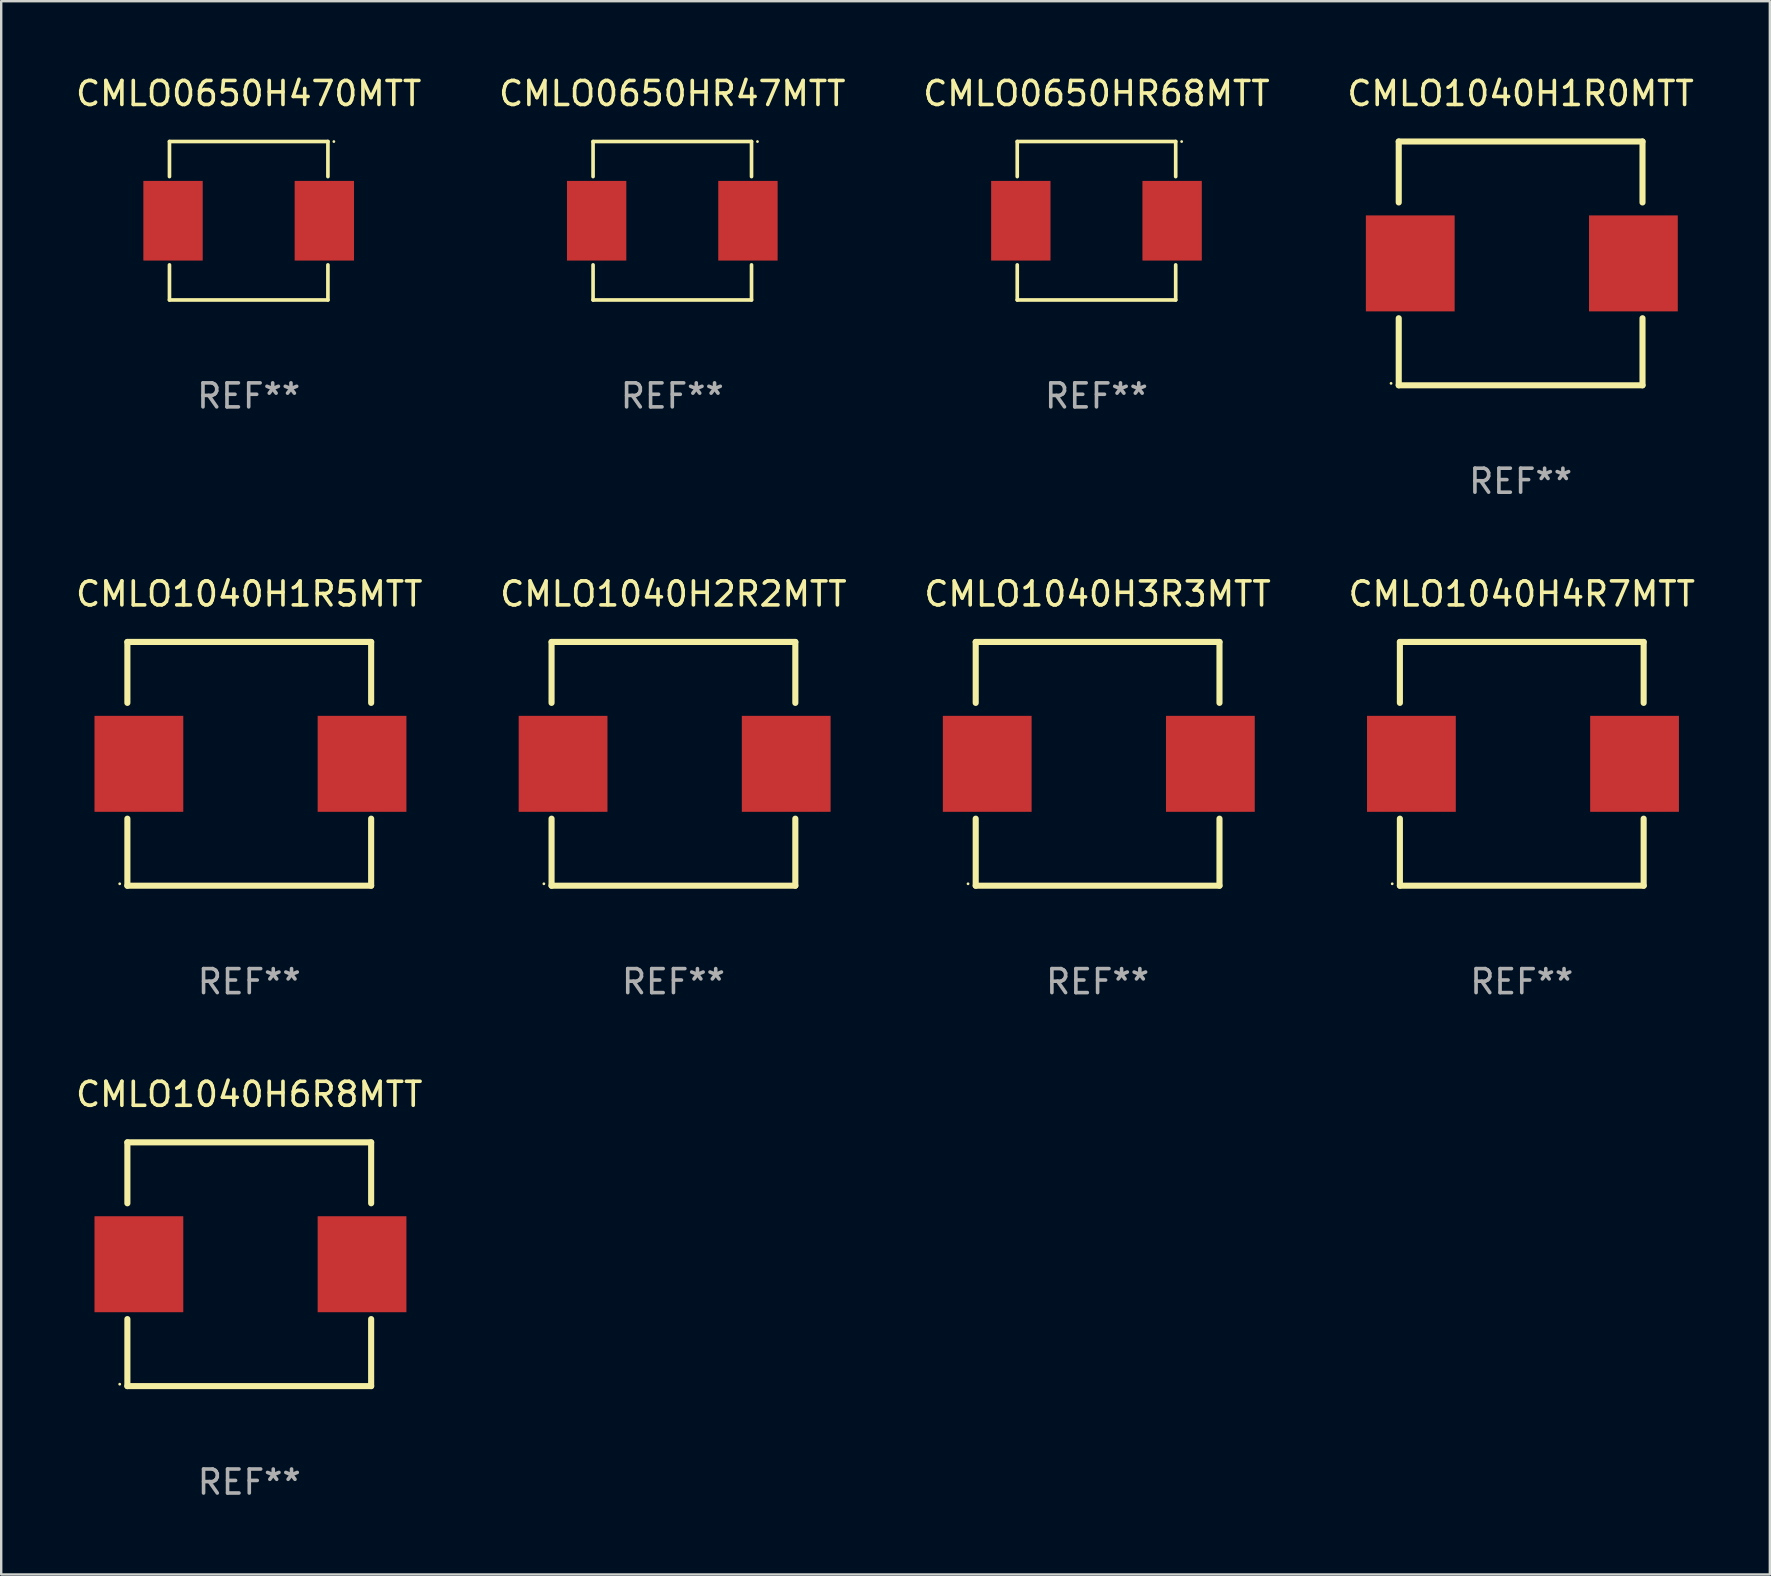
<source format=kicad_pcb>
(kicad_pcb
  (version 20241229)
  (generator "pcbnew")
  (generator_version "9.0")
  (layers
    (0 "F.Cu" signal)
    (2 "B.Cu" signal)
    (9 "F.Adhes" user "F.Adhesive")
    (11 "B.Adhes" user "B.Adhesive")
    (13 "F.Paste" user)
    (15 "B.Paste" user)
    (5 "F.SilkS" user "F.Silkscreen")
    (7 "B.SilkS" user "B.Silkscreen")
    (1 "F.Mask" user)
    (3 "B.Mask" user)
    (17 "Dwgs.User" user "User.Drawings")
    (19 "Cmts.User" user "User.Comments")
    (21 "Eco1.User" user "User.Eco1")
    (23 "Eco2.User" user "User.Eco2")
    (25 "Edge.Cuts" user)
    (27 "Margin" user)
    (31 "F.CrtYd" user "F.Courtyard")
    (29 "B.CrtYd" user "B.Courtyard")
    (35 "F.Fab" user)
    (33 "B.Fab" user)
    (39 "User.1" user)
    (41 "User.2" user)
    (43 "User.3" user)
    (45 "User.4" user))
  (footprint "CMLO1040H4R7MTT"
    (layer "F.Cu")
    (at 60.375 28.785)
    (property "Reference" "CMLO1040H4R7MTT" (at 0 -7.08 0) (layer "F.SilkS") (effects (font (size 1 1) (thickness 0.15))))
    (attr through_hole)
    (fp_line (start -5.08 -5.08) (end -5.08 -2.54) (stroke (width 0.254) (type solid)) (layer "F.SilkS"))
    (fp_line (start -5.08 -5.08) (end 5.08 -5.08) (stroke (width 0.254) (type solid)) (layer "F.SilkS"))
    (fp_line (start -5.08 2.286) (end -5.08 5.08) (stroke (width 0.254) (type solid)) (layer "F.SilkS"))
    (fp_line (start -5.08 5.08) (end 5.08 5.08) (stroke (width 0.254) (type solid)) (layer "F.SilkS"))
    (fp_line (start 5.08 -5.08) (end 5.08 -2.54) (stroke (width 0.254) (type solid)) (layer "F.SilkS"))
    (fp_line (start 5.08 5.08) (end 5.08 2.286) (stroke (width 0.254) (type solid)) (layer "F.SilkS"))
    (fp_circle (center -5.4 5) (end -5.37 5) (stroke (width 0.06) (type solid)) (fill no) (layer "F.SilkS"))
    (fp_text user "REF**" (at 0 9.08 0) (layer "F.Fab") (effects (font (size 1 1) (thickness 0.15))))
    (pad "1" smd rect (at -4.6 0) (size 3.7 4) (layers "F.Cu" "F.Mask" "F.Paste"))
    (pad "2" smd rect (at 4.7 0) (size 3.7 4) (layers "F.Cu" "F.Mask" "F.Paste")))
  (footprint "CMLO1040H1R0MTT"
    (layer "F.Cu")
    (at 60.327 7.928)
    (property "Reference" "CMLO1040H1R0MTT" (at 0 -7.08 0) (layer "F.SilkS") (effects (font (size 1 1) (thickness 0.15))))
    (attr through_hole)
    (fp_line (start -5.08 -5.08) (end -5.08 -2.54) (stroke (width 0.254) (type solid)) (layer "F.SilkS"))
    (fp_line (start -5.08 -5.08) (end 5.08 -5.08) (stroke (width 0.254) (type solid)) (layer "F.SilkS"))
    (fp_line (start -5.08 2.286) (end -5.08 5.08) (stroke (width 0.254) (type solid)) (layer "F.SilkS"))
    (fp_line (start -5.08 5.08) (end 5.08 5.08) (stroke (width 0.254) (type solid)) (layer "F.SilkS"))
    (fp_line (start 5.08 -5.08) (end 5.08 -2.54) (stroke (width 0.254) (type solid)) (layer "F.SilkS"))
    (fp_line (start 5.08 5.08) (end 5.08 2.286) (stroke (width 0.254) (type solid)) (layer "F.SilkS"))
    (fp_circle (center -5.4 5) (end -5.37 5) (stroke (width 0.06) (type solid)) (fill no) (layer "F.SilkS"))
    (fp_text user "REF**" (at 0 9.08 0) (layer "F.Fab") (effects (font (size 1 1) (thickness 0.15))))
    (pad "1" smd rect (at -4.6 0) (size 3.7 4) (layers "F.Cu" "F.Mask" "F.Paste"))
    (pad "2" smd rect (at 4.7 0) (size 3.7 4) (layers "F.Cu" "F.Mask" "F.Paste")))
  (footprint "CMLO0650HR47MTT"
    (layer "F.Cu")
    (at 24.97 6.15)
    (property "Reference" "CMLO0650HR47MTT" (at 0 -5.302 0) (layer "F.SilkS") (effects (font (size 1 1) (thickness 0.15))))
    (attr through_hole)
    (fp_line (start -3.302 -3.302) (end -3.302 -1.84) (stroke (width 0.152) (type solid)) (layer "F.SilkS"))
    (fp_line (start -3.302 1.84) (end -3.302 3.302) (stroke (width 0.152) (type solid)) (layer "F.SilkS"))
    (fp_line (start -3.302 3.302) (end 3.302 3.302) (stroke (width 0.152) (type solid)) (layer "F.SilkS"))
    (fp_line (start 3.302 -3.302) (end -3.302 -3.302) (stroke (width 0.152) (type solid)) (layer "F.SilkS"))
    (fp_line (start 3.302 -1.84) (end 3.302 -3.302) (stroke (width 0.152) (type solid)) (layer "F.SilkS"))
    (fp_line (start 3.302 3.302) (end 3.302 1.84) (stroke (width 0.152) (type solid)) (layer "F.SilkS"))
    (fp_circle (center 3.55 -3.3) (end 3.58 -3.3) (stroke (width 0.06) (type solid)) (fill no) (layer "F.SilkS"))
    (fp_text user "REF**" (at 0 7.302 0) (layer "F.Fab") (effects (font (size 1 1) (thickness 0.15))))
    (pad "1" smd rect (at 3.153 0) (size 2.474 3.32) (layers "F.Cu" "F.Mask" "F.Paste"))
    (pad "2" smd rect (at -3.153 0) (size 2.474 3.32) (layers "F.Cu" "F.Mask" "F.Paste")))
  (footprint "CMLO1040H1R5MTT"
    (layer "F.Cu")
    (at 7.339 28.785)
    (property "Reference" "CMLO1040H1R5MTT" (at 0 -7.08 0) (layer "F.SilkS") (effects (font (size 1 1) (thickness 0.15))))
    (attr through_hole)
    (fp_line (start -5.08 -5.08) (end -5.08 -2.54) (stroke (width 0.254) (type solid)) (layer "F.SilkS"))
    (fp_line (start -5.08 -5.08) (end 5.08 -5.08) (stroke (width 0.254) (type solid)) (layer "F.SilkS"))
    (fp_line (start -5.08 2.286) (end -5.08 5.08) (stroke (width 0.254) (type solid)) (layer "F.SilkS"))
    (fp_line (start -5.08 5.08) (end 5.08 5.08) (stroke (width 0.254) (type solid)) (layer "F.SilkS"))
    (fp_line (start 5.08 -5.08) (end 5.08 -2.54) (stroke (width 0.254) (type solid)) (layer "F.SilkS"))
    (fp_line (start 5.08 5.08) (end 5.08 2.286) (stroke (width 0.254) (type solid)) (layer "F.SilkS"))
    (fp_circle (center -5.4 5) (end -5.37 5) (stroke (width 0.06) (type solid)) (fill no) (layer "F.SilkS"))
    (fp_text user "REF**" (at 0 9.08 0) (layer "F.Fab") (effects (font (size 1 1) (thickness 0.15))))
    (pad "1" smd rect (at -4.6 0) (size 3.7 4) (layers "F.Cu" "F.Mask" "F.Paste"))
    (pad "2" smd rect (at 4.7 0) (size 3.7 4) (layers "F.Cu" "F.Mask" "F.Paste")))
  (footprint "CMLO1040H6R8MTT"
    (layer "F.Cu")
    (at 7.339 49.641)
    (property "Reference" "CMLO1040H6R8MTT" (at 0 -7.08 0) (layer "F.SilkS") (effects (font (size 1 1) (thickness 0.15))))
    (attr through_hole)
    (fp_line (start -5.08 -5.08) (end -5.08 -2.54) (stroke (width 0.254) (type solid)) (layer "F.SilkS"))
    (fp_line (start -5.08 -5.08) (end 5.08 -5.08) (stroke (width 0.254) (type solid)) (layer "F.SilkS"))
    (fp_line (start -5.08 2.286) (end -5.08 5.08) (stroke (width 0.254) (type solid)) (layer "F.SilkS"))
    (fp_line (start -5.08 5.08) (end 5.08 5.08) (stroke (width 0.254) (type solid)) (layer "F.SilkS"))
    (fp_line (start 5.08 -5.08) (end 5.08 -2.54) (stroke (width 0.254) (type solid)) (layer "F.SilkS"))
    (fp_line (start 5.08 5.08) (end 5.08 2.286) (stroke (width 0.254) (type solid)) (layer "F.SilkS"))
    (fp_circle (center -5.4 5) (end -5.37 5) (stroke (width 0.06) (type solid)) (fill no) (layer "F.SilkS"))
    (fp_text user "REF**" (at 0 9.08 0) (layer "F.Fab") (effects (font (size 1 1) (thickness 0.15))))
    (pad "1" smd rect (at -4.6 0) (size 3.7 4) (layers "F.Cu" "F.Mask" "F.Paste"))
    (pad "2" smd rect (at 4.7 0) (size 3.7 4) (layers "F.Cu" "F.Mask" "F.Paste")))
  (footprint "CMLO0650HR68MTT"
    (layer "F.Cu")
    (at 42.649 6.15)
    (property "Reference" "CMLO0650HR68MTT" (at 0 -5.302 0) (layer "F.SilkS") (effects (font (size 1 1) (thickness 0.15))))
    (attr through_hole)
    (fp_line (start -3.302 -3.302) (end -3.302 -1.84) (stroke (width 0.152) (type solid)) (layer "F.SilkS"))
    (fp_line (start -3.302 1.84) (end -3.302 3.302) (stroke (width 0.152) (type solid)) (layer "F.SilkS"))
    (fp_line (start -3.302 3.302) (end 3.302 3.302) (stroke (width 0.152) (type solid)) (layer "F.SilkS"))
    (fp_line (start 3.302 -3.302) (end -3.302 -3.302) (stroke (width 0.152) (type solid)) (layer "F.SilkS"))
    (fp_line (start 3.302 -1.84) (end 3.302 -3.302) (stroke (width 0.152) (type solid)) (layer "F.SilkS"))
    (fp_line (start 3.302 3.302) (end 3.302 1.84) (stroke (width 0.152) (type solid)) (layer "F.SilkS"))
    (fp_circle (center 3.55 -3.3) (end 3.58 -3.3) (stroke (width 0.06) (type solid)) (fill no) (layer "F.SilkS"))
    (fp_text user "REF**" (at 0 7.302 0) (layer "F.Fab") (effects (font (size 1 1) (thickness 0.15))))
    (pad "1" smd rect (at 3.153 0) (size 2.474 3.32) (layers "F.Cu" "F.Mask" "F.Paste"))
    (pad "2" smd rect (at -3.153 0) (size 2.474 3.32) (layers "F.Cu" "F.Mask" "F.Paste")))
  (footprint "CMLO1040H3R3MTT"
    (layer "F.Cu")
    (at 42.696 28.785)
    (property "Reference" "CMLO1040H3R3MTT" (at 0 -7.08 0) (layer "F.SilkS") (effects (font (size 1 1) (thickness 0.15))))
    (attr through_hole)
    (fp_line (start -5.08 -5.08) (end -5.08 -2.54) (stroke (width 0.254) (type solid)) (layer "F.SilkS"))
    (fp_line (start -5.08 -5.08) (end 5.08 -5.08) (stroke (width 0.254) (type solid)) (layer "F.SilkS"))
    (fp_line (start -5.08 2.286) (end -5.08 5.08) (stroke (width 0.254) (type solid)) (layer "F.SilkS"))
    (fp_line (start -5.08 5.08) (end 5.08 5.08) (stroke (width 0.254) (type solid)) (layer "F.SilkS"))
    (fp_line (start 5.08 -5.08) (end 5.08 -2.54) (stroke (width 0.254) (type solid)) (layer "F.SilkS"))
    (fp_line (start 5.08 5.08) (end 5.08 2.286) (stroke (width 0.254) (type solid)) (layer "F.SilkS"))
    (fp_circle (center -5.4 5) (end -5.37 5) (stroke (width 0.06) (type solid)) (fill no) (layer "F.SilkS"))
    (fp_text user "REF**" (at 0 9.08 0) (layer "F.Fab") (effects (font (size 1 1) (thickness 0.15))))
    (pad "1" smd rect (at -4.6 0) (size 3.7 4) (layers "F.Cu" "F.Mask" "F.Paste"))
    (pad "2" smd rect (at 4.7 0) (size 3.7 4) (layers "F.Cu" "F.Mask" "F.Paste")))
  (footprint "CMLO0650H470MTT"
    (layer "F.Cu")
    (at 7.315 6.15)
    (property "Reference" "CMLO0650H470MTT" (at 0 -5.302 0) (layer "F.SilkS") (effects (font (size 1 1) (thickness 0.15))))
    (attr through_hole)
    (fp_line (start -3.302 -3.302) (end -3.302 -1.84) (stroke (width 0.152) (type solid)) (layer "F.SilkS"))
    (fp_line (start -3.302 1.84) (end -3.302 3.302) (stroke (width 0.152) (type solid)) (layer "F.SilkS"))
    (fp_line (start -3.302 3.302) (end 3.302 3.302) (stroke (width 0.152) (type solid)) (layer "F.SilkS"))
    (fp_line (start 3.302 -3.302) (end -3.302 -3.302) (stroke (width 0.152) (type solid)) (layer "F.SilkS"))
    (fp_line (start 3.302 -1.84) (end 3.302 -3.302) (stroke (width 0.152) (type solid)) (layer "F.SilkS"))
    (fp_line (start 3.302 3.302) (end 3.302 1.84) (stroke (width 0.152) (type solid)) (layer "F.SilkS"))
    (fp_circle (center 3.55 -3.3) (end 3.58 -3.3) (stroke (width 0.06) (type solid)) (fill no) (layer "F.SilkS"))
    (fp_text user "REF**" (at 0 7.302 0) (layer "F.Fab") (effects (font (size 1 1) (thickness 0.15))))
    (pad "1" smd rect (at 3.153 0) (size 2.474 3.32) (layers "F.Cu" "F.Mask" "F.Paste"))
    (pad "2" smd rect (at -3.153 0) (size 2.474 3.32) (layers "F.Cu" "F.Mask" "F.Paste")))
  (footprint "CMLO1040H2R2MTT"
    (layer "F.Cu")
    (at 25.018 28.785)
    (property "Reference" "CMLO1040H2R2MTT" (at 0 -7.08 0) (layer "F.SilkS") (effects (font (size 1 1) (thickness 0.15))))
    (attr through_hole)
    (fp_line (start -5.08 -5.08) (end -5.08 -2.54) (stroke (width 0.254) (type solid)) (layer "F.SilkS"))
    (fp_line (start -5.08 -5.08) (end 5.08 -5.08) (stroke (width 0.254) (type solid)) (layer "F.SilkS"))
    (fp_line (start -5.08 2.286) (end -5.08 5.08) (stroke (width 0.254) (type solid)) (layer "F.SilkS"))
    (fp_line (start -5.08 5.08) (end 5.08 5.08) (stroke (width 0.254) (type solid)) (layer "F.SilkS"))
    (fp_line (start 5.08 -5.08) (end 5.08 -2.54) (stroke (width 0.254) (type solid)) (layer "F.SilkS"))
    (fp_line (start 5.08 5.08) (end 5.08 2.286) (stroke (width 0.254) (type solid)) (layer "F.SilkS"))
    (fp_circle (center -5.4 5) (end -5.37 5) (stroke (width 0.06) (type solid)) (fill no) (layer "F.SilkS"))
    (fp_text user "REF**" (at 0 9.08 0) (layer "F.Fab") (effects (font (size 1 1) (thickness 0.15))))
    (pad "1" smd rect (at -4.6 0) (size 3.7 4) (layers "F.Cu" "F.Mask" "F.Paste"))
    (pad "2" smd rect (at 4.7 0) (size 3.7 4) (layers "F.Cu" "F.Mask" "F.Paste")))
  (gr_rect
    (start -3 -3)
    (end 70.714 62.57)
    (stroke (width 0.1) (type default))
    (fill no)
    (layer "Edge.Cuts")))
</source>
